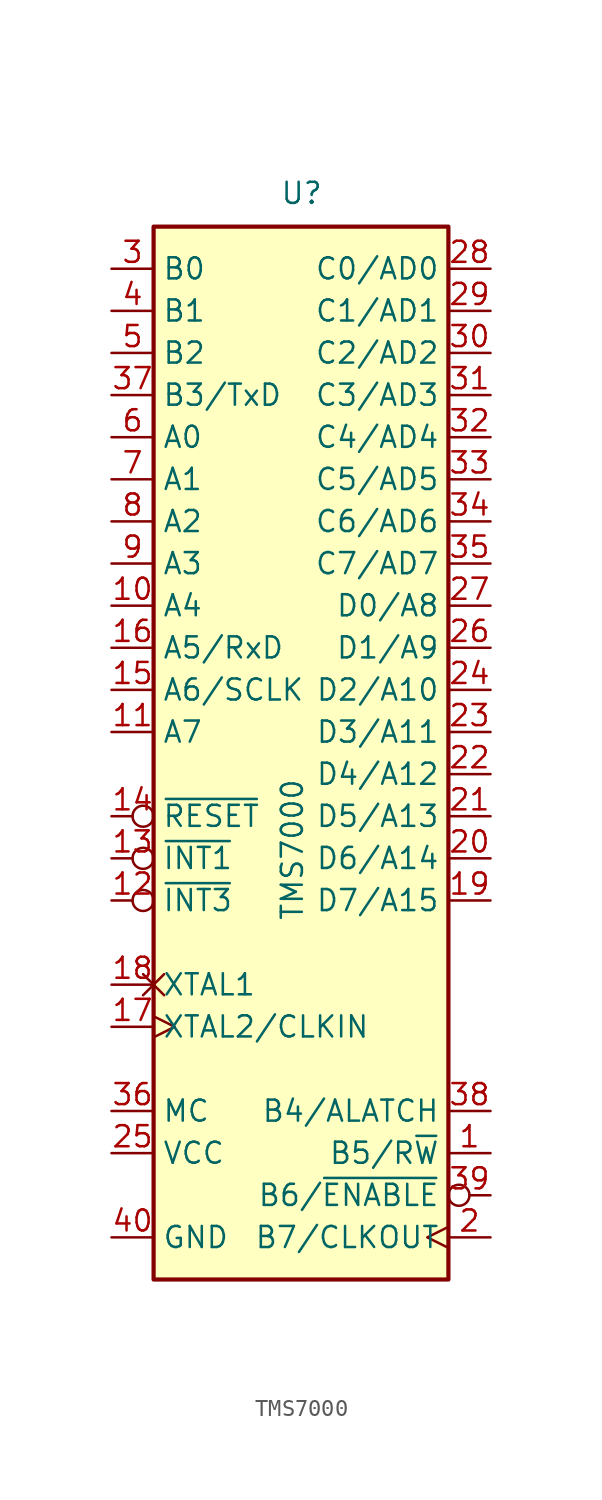
<source format=kicad_sym>
(kicad_symbol_lib
  (version 20220914)
  (generator kicad_symbol_editor)
  (symbol "TMS7000"
    (property "Reference" "U"
      (at -1.27 31.75 0)
      (effects (font (size 1.27 1.27)) (justify left bottom)))
    (property "Value" "TMS7000"
      (at -1.27 -11.43 90)
      (effects (font (size 1.27 1.27)) (justify left top)))
    (symbol "TMS7000_0_1"
      (rectangle (start -8.89 30.48) (end 8.89 -33.02) (stroke (width 0.254) (type default)) (fill (type background))))
    (symbol "TMS7000_1_1"
      (pin output line (at 11.43 -25.4 180) (length 2.54) (name "B5/R~{W}" (effects (font (size 1.27 1.27)))) (number "1" (effects (font (size 1.27 1.27)))))
      (pin bidirectional line (at -11.43 7.62 0) (length 2.54) (name "A4" (effects (font (size 1.27 1.27)))) (number "10" (effects (font (size 1.27 1.27)))))
      (pin input line (at -11.43 0 0) (length 2.54) (name "A7" (effects (font (size 1.27 1.27)))) (number "11" (effects (font (size 1.27 1.27)))))
      (pin input inverted (at -11.43 -10.16 0) (length 2.54) (name "~{INT3}" (effects (font (size 1.27 1.27)))) (number "12" (effects (font (size 1.27 1.27)))))
      (pin input inverted (at -11.43 -7.62 0) (length 2.54) (name "~{INT1}" (effects (font (size 1.27 1.27)))) (number "13" (effects (font (size 1.27 1.27)))))
      (pin input inverted (at -11.43 -5.08 0) (length 2.54) (name "~{RESET}" (effects (font (size 1.27 1.27)))) (number "14" (effects (font (size 1.27 1.27)))))
      (pin bidirectional line (at -11.43 2.54 0) (length 2.54) (name "A6/SCLK" (effects (font (size 1.27 1.27)))) (number "15" (effects (font (size 1.27 1.27)))))
      (pin input line (at -11.43 5.08 0) (length 2.54) (name "A5/RxD" (effects (font (size 1.27 1.27)))) (number "16" (effects (font (size 1.27 1.27)))))
      (pin input clock (at -11.43 -17.78 0) (length 2.54) (name "XTAL2/CLKIN" (effects (font (size 1.27 1.27)))) (number "17" (effects (font (size 1.27 1.27)))))
      (pin output non_logic (at -11.43 -15.24 0) (length 2.54) (name "XTAL1" (effects (font (size 1.27 1.27)))) (number "18" (effects (font (size 1.27 1.27)))))
      (pin bidirectional line (at 11.43 -10.16 180) (length 2.54) (name "D7/A15" (effects (font (size 1.27 1.27)))) (number "19" (effects (font (size 1.27 1.27)))))
      (pin output clock (at 11.43 -30.48 180) (length 2.54) (name "B7/CLKOUT" (effects (font (size 1.27 1.27)))) (number "2" (effects (font (size 1.27 1.27)))))
      (pin bidirectional line (at 11.43 -7.62 180) (length 2.54) (name "D6/A14" (effects (font (size 1.27 1.27)))) (number "20" (effects (font (size 1.27 1.27)))))
      (pin bidirectional line (at 11.43 -5.08 180) (length 2.54) (name "D5/A13" (effects (font (size 1.27 1.27)))) (number "21" (effects (font (size 1.27 1.27)))))
      (pin bidirectional line (at 11.43 -2.54 180) (length 2.54) (name "D4/A12" (effects (font (size 1.27 1.27)))) (number "22" (effects (font (size 1.27 1.27)))))
      (pin bidirectional line (at 11.43 0 180) (length 2.54) (name "D3/A11" (effects (font (size 1.27 1.27)))) (number "23" (effects (font (size 1.27 1.27)))))
      (pin bidirectional line (at 11.43 2.54 180) (length 2.54) (name "D2/A10" (effects (font (size 1.27 1.27)))) (number "24" (effects (font (size 1.27 1.27)))))
      (pin power_in line (at -11.43 -25.4 0) (length 2.54) (name "VCC" (effects (font (size 1.27 1.27)))) (number "25" (effects (font (size 1.27 1.27)))))
      (pin bidirectional line (at 11.43 5.08 180) (length 2.54) (name "D1/A9" (effects (font (size 1.27 1.27)))) (number "26" (effects (font (size 1.27 1.27)))))
      (pin bidirectional line (at 11.43 7.62 180) (length 2.54) (name "D0/A8" (effects (font (size 1.27 1.27)))) (number "27" (effects (font (size 1.27 1.27)))))
      (pin bidirectional line (at 11.43 27.94 180) (length 2.54) (name "C0/AD0" (effects (font (size 1.27 1.27)))) (number "28" (effects (font (size 1.27 1.27)))))
      (pin bidirectional line (at 11.43 25.4 180) (length 2.54) (name "C1/AD1" (effects (font (size 1.27 1.27)))) (number "29" (effects (font (size 1.27 1.27)))))
      (pin output line (at -11.43 27.94 0) (length 2.54) (name "B0" (effects (font (size 1.27 1.27)))) (number "3" (effects (font (size 1.27 1.27)))))
      (pin bidirectional line (at 11.43 22.86 180) (length 2.54) (name "C2/AD2" (effects (font (size 1.27 1.27)))) (number "30" (effects (font (size 1.27 1.27)))))
      (pin bidirectional line (at 11.43 20.32 180) (length 2.54) (name "C3/AD3" (effects (font (size 1.27 1.27)))) (number "31" (effects (font (size 1.27 1.27)))))
      (pin bidirectional line (at 11.43 17.78 180) (length 2.54) (name "C4/AD4" (effects (font (size 1.27 1.27)))) (number "32" (effects (font (size 1.27 1.27)))))
      (pin bidirectional line (at 11.43 15.24 180) (length 2.54) (name "C5/AD5" (effects (font (size 1.27 1.27)))) (number "33" (effects (font (size 1.27 1.27)))))
      (pin bidirectional line (at 11.43 12.7 180) (length 2.54) (name "C6/AD6" (effects (font (size 1.27 1.27)))) (number "34" (effects (font (size 1.27 1.27)))))
      (pin bidirectional line (at 11.43 10.16 180) (length 2.54) (name "C7/AD7" (effects (font (size 1.27 1.27)))) (number "35" (effects (font (size 1.27 1.27)))))
      (pin input line (at -11.43 -22.86 0) (length 2.54) (name "MC" (effects (font (size 1.27 1.27)))) (number "36" (effects (font (size 1.27 1.27)))))
      (pin output line (at -11.43 20.32 0) (length 2.54) (name "B3/TxD" (effects (font (size 1.27 1.27)))) (number "37" (effects (font (size 1.27 1.27)))))
      (pin output line (at 11.43 -22.86 180) (length 2.54) (name "B4/ALATCH" (effects (font (size 1.27 1.27)))) (number "38" (effects (font (size 1.27 1.27)))))
      (pin output inverted (at 11.43 -27.94 180) (length 2.54) (name "B6/~{ENABLE}" (effects (font (size 1.27 1.27)))) (number "39" (effects (font (size 1.27 1.27)))))
      (pin output line (at -11.43 25.4 0) (length 2.54) (name "B1" (effects (font (size 1.27 1.27)))) (number "4" (effects (font (size 1.27 1.27)))))
      (pin power_in line (at -11.43 -30.48 0) (length 2.54) (name "GND" (effects (font (size 1.27 1.27)))) (number "40" (effects (font (size 1.27 1.27)))))
      (pin output line (at -11.43 22.86 0) (length 2.54) (name "B2" (effects (font (size 1.27 1.27)))) (number "5" (effects (font (size 1.27 1.27)))))
      (pin bidirectional line (at -11.43 17.78 0) (length 2.54) (name "A0" (effects (font (size 1.27 1.27)))) (number "6" (effects (font (size 1.27 1.27)))))
      (pin bidirectional line (at -11.43 15.24 0) (length 2.54) (name "A1" (effects (font (size 1.27 1.27)))) (number "7" (effects (font (size 1.27 1.27)))))
      (pin bidirectional line (at -11.43 12.7 0) (length 2.54) (name "A2" (effects (font (size 1.27 1.27)))) (number "8" (effects (font (size 1.27 1.27)))))
      (pin bidirectional line (at -11.43 10.16 0) (length 2.54) (name "A3" (effects (font (size 1.27 1.27)))) (number "9" (effects (font (size 1.27 1.27))))))))
</source>
